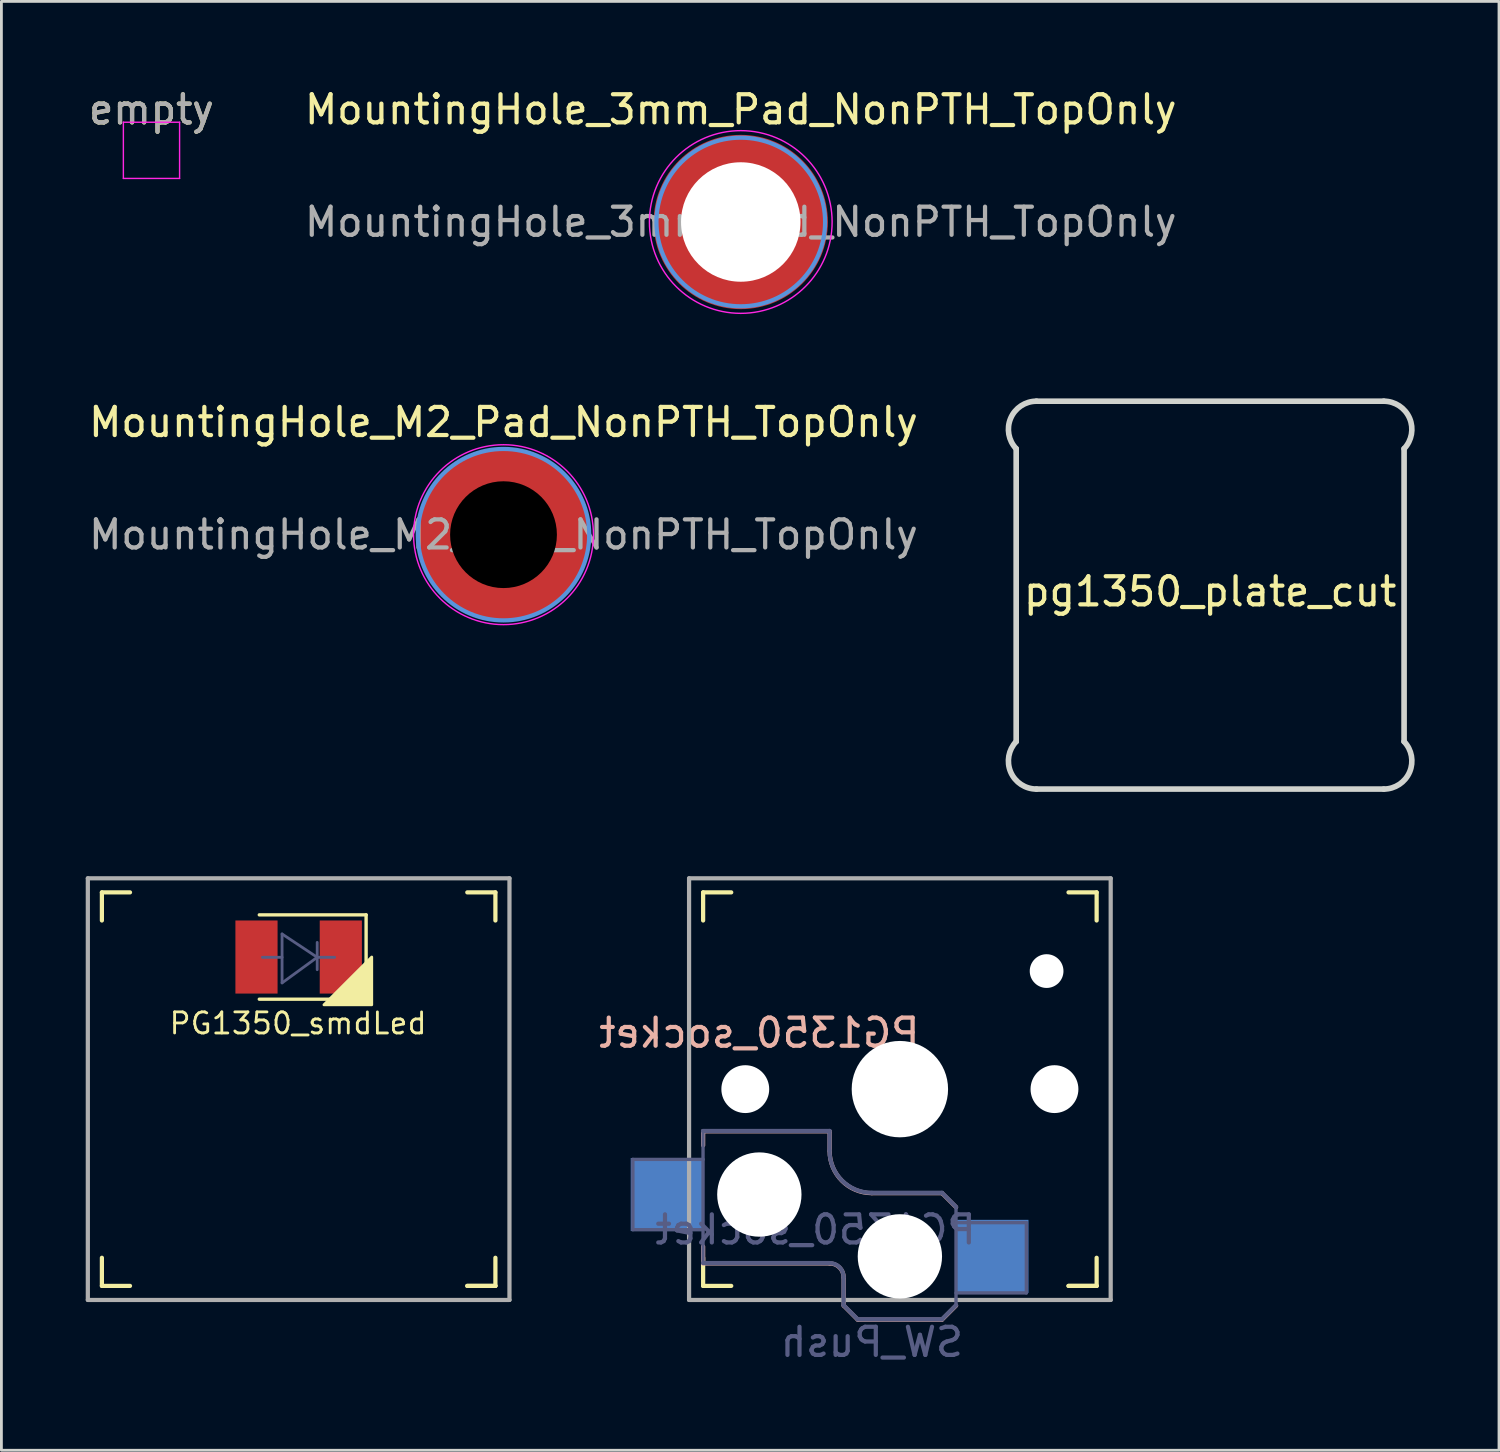
<source format=kicad_pcb>
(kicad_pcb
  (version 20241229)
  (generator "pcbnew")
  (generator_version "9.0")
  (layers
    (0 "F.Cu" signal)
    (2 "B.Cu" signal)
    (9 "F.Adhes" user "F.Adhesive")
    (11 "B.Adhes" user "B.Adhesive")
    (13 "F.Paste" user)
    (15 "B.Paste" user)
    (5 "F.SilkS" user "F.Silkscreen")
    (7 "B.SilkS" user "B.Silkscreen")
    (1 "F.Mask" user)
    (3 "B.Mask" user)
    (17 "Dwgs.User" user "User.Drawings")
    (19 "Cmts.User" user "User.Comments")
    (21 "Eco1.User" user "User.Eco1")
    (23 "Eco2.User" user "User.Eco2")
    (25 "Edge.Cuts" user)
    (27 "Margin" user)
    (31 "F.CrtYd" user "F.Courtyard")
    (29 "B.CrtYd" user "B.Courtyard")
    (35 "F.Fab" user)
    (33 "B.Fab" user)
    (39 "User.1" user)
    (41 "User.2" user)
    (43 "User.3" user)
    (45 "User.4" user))
  (footprint "MountingHole_M2_Pad_NonPTH_TopOnly"
    (layer "F.Cu")
    (at 14.863 15.972)
    (property "Reference" "MountingHole_M2_Pad_NonPTH_TopOnly" (at 0 -4 0) (layer "F.SilkS") (effects (font (size 1 1) (thickness 0.15))))
    (attr smd)
    (fp_circle (center -2.47 0) (end -1.97 0) (stroke (width 0.12) (type solid)) (fill yes) (layer "F.Paste"))
    (fp_circle (center -2.139 -1.235) (end -1.639 -1.235) (stroke (width 0.12) (type solid)) (fill yes) (layer "F.Paste"))
    (fp_circle (center -2.139 1.235) (end -1.639 1.235) (stroke (width 0.12) (type solid)) (fill yes) (layer "F.Paste"))
    (fp_circle (center -1.235 -2.139) (end -0.735 -2.139) (stroke (width 0.12) (type solid)) (fill yes) (layer "F.Paste"))
    (fp_circle (center -1.235 2.139) (end -0.735 2.139) (stroke (width 0.12) (type solid)) (fill yes) (layer "F.Paste"))
    (fp_circle (center 0 -2.47) (end 0.5 -2.47) (stroke (width 0.12) (type solid)) (fill yes) (layer "F.Paste"))
    (fp_circle (center 0 2.47) (end 0.5 2.47) (stroke (width 0.12) (type solid)) (fill yes) (layer "F.Paste"))
    (fp_circle (center 1.235 -2.139) (end 1.735 -2.139) (stroke (width 0.12) (type solid)) (fill yes) (layer "F.Paste"))
    (fp_circle (center 1.235 2.139) (end 1.735 2.139) (stroke (width 0.12) (type solid)) (fill yes) (layer "F.Paste"))
    (fp_circle (center 2.139 -1.235) (end 2.639 -1.235) (stroke (width 0.12) (type solid)) (fill yes) (layer "F.Paste"))
    (fp_circle (center 2.139 1.235) (end 2.639 1.235) (stroke (width 0.12) (type solid)) (fill yes) (layer "F.Paste"))
    (fp_circle (center 2.47 0) (end 2.97 0) (stroke (width 0.12) (type solid)) (fill yes) (layer "F.Paste"))
    (fp_circle (center 0 0) (end 3.05 0) (stroke (width 0.15) (type solid)) (fill no) (layer "Cmts.User"))
    (fp_circle (center 0 0) (end 3.2 0) (stroke (width 0.05) (type solid)) (fill no) (layer "F.CrtYd"))
    (fp_text user "${REFERENCE}" (at 0 0 0) (layer "F.Fab") (effects (font (size 1 1) (thickness 0.15))))
    (pad "" np_thru_hole circle (at 0 0) (size 3.8 3.8) (drill 3.8) (layers "*.Mask"))
    (pad "1" smd circle (at 0 0) (size 6.1 6.1) (layers "F.Cu" "F.Mask")))
  (footprint "empty"
    (layer "F.Cu")
    (at 2.339 2.298)
    (property "Reference" "empty" (at 0 -1.448 0) (layer "F.SilkS") (effects (font (size 1 1) (thickness 0.15))))
    (attr exclude_from_pos_files exclude_from_bom)
    (fp_line (start -1 -1) (end -1 1) (stroke (width 0.05) (type solid)) (layer "F.CrtYd"))
    (fp_line (start -1 -1) (end 1 -1) (stroke (width 0.05) (type solid)) (layer "F.CrtYd"))
    (fp_line (start 1 1) (end -1 1) (stroke (width 0.05) (type solid)) (layer "F.CrtYd"))
    (fp_line (start 1 1) (end 1 -1) (stroke (width 0.05) (type solid)) (layer "F.CrtYd"))
    (fp_text user "${REFERENCE}" (at 0 -1.45 0) (layer "F.Fab") (effects (font (size 1 1) (thickness 0.15))))
    (pad "1" smd rect (at 0 0) (size 0.000001 0.000001) (layers "F.Cu")))
  (footprint "PG1350_smdLed"
    (layer "F.Cu")
    (at 7.575 35.698)
    (property "Reference" "PG1350_smdLed" (at -0.02 -2.34 0) (layer "F.SilkS") (effects (font (size 0.75 0.75) (thickness 0.1))))
    (attr smd)
    (fp_line (start -7 -6) (end -7 -7) (stroke (width 0.15) (type solid)) (layer "F.SilkS"))
    (fp_line (start -7 7) (end -7 6) (stroke (width 0.15) (type solid)) (layer "F.SilkS"))
    (fp_line (start -7 7) (end -6 7) (stroke (width 0.15) (type solid)) (layer "F.SilkS"))
    (fp_line (start -6 -7) (end -7 -7) (stroke (width 0.15) (type solid)) (layer "F.SilkS"))
    (fp_line (start -1.4 -6.2) (end 2.4 -6.2) (stroke (width 0.12) (type solid)) (layer "F.SilkS"))
    (fp_line (start 2.4 -6.2) (end 2.4 -3.2) (stroke (width 0.12) (type solid)) (layer "F.SilkS"))
    (fp_line (start 2.4 -3.2) (end -1.4 -3.2) (stroke (width 0.12) (type solid)) (layer "F.SilkS"))
    (fp_line (start 6 7) (end 7 7) (stroke (width 0.15) (type solid)) (layer "F.SilkS"))
    (fp_line (start 7 -7) (end 6 -7) (stroke (width 0.15) (type solid)) (layer "F.SilkS"))
    (fp_line (start 7 -7) (end 7 -6) (stroke (width 0.15) (type solid)) (layer "F.SilkS"))
    (fp_line (start 7 6) (end 7 7) (stroke (width 0.15) (type solid)) (layer "F.SilkS"))
    (fp_line (start 7 7) (end 6 7) (stroke (width 0.15) (type solid)) (layer "F.SilkS"))
    (fp_poly (pts (xy 2.6 -3) (xy 0.9 -3) (xy 2.6 -4.7)) (stroke (width 0.1) (type solid)) (fill yes) (layer "F.SilkS"))
    (fp_circle (center 0 0) (end 1.6 0) (stroke (width 0.12) (type solid)) (fill no) (layer "Eco1.User"))
    (fp_line (start -2.6 -3.1) (end -2.6 -6.3) (stroke (width 0.15) (type solid)) (layer "Eco2.User"))
    (fp_line (start -2.6 -3.1) (end 2.6 -3.1) (stroke (width 0.15) (type solid)) (layer "Eco2.User"))
    (fp_line (start 2.6 -6.3) (end -2.6 -6.3) (stroke (width 0.15) (type solid)) (layer "Eco2.User"))
    (fp_line (start 2.6 -3.1) (end 2.6 -6.3) (stroke (width 0.15) (type solid)) (layer "Eco2.User"))
    (fp_line (start -0.59 -5.52) (end -0.59 -3.78) (stroke (width 0.1) (type solid)) (layer "B.Fab"))
    (fp_line (start -0.59 -4.69) (end -1.29 -4.69) (stroke (width 0.1) (type solid)) (layer "B.Fab"))
    (fp_line (start -0.59 -3.78) (end 0.66 -4.69) (stroke (width 0.1) (type solid)) (layer "B.Fab"))
    (fp_line (start 0.66 -5.22) (end 0.66 -4.25) (stroke (width 0.1) (type solid)) (layer "B.Fab"))
    (fp_line (start 0.66 -4.69) (end -0.59 -5.52) (stroke (width 0.1) (type solid)) (layer "B.Fab"))
    (fp_line (start 0.66 -4.69) (end 1.28 -4.69) (stroke (width 0.1) (type solid)) (layer "B.Fab"))
    (fp_line (start -7.5 -7.5) (end 7.5 -7.5) (stroke (width 0.15) (type solid)) (layer "F.Fab"))
    (fp_line (start -7.5 7.5) (end -7.5 -7.5) (stroke (width 0.15) (type solid)) (layer "F.Fab"))
    (fp_line (start 7.5 -7.5) (end 7.5 7.5) (stroke (width 0.15) (type solid)) (layer "F.Fab"))
    (fp_line (start 7.5 7.5) (end -7.5 7.5) (stroke (width 0.15) (type solid)) (layer "F.Fab"))
    (pad "1" smd rect (at 1.5 -4.7) (size 1.5 2.6) (layers "F.Cu" "F.Mask" "F.Paste"))
    (pad "2" smd rect (at -1.5 -4.7 180) (size 1.5 2.6) (layers "F.Cu" "F.Mask" "F.Paste")))
  (footprint "MountingHole_3mm_Pad_NonPTH_TopOnly"
    (layer "F.Cu")
    (at 23.304 4.848)
    (property "Reference" "MountingHole_3mm_Pad_NonPTH_TopOnly" (at 0 -4 0) (layer "F.SilkS") (effects (font (size 1 1) (thickness 0.15))))
    (attr exclude_from_pos_files exclude_from_bom)
    (fp_circle (center 0 0) (end 3 0) (stroke (width 0.15) (type solid)) (fill no) (layer "Cmts.User"))
    (fp_circle (center 0 0) (end 3.25 0) (stroke (width 0.05) (type solid)) (fill no) (layer "F.CrtYd"))
    (fp_text user "${REFERENCE}" (at 0 0 0) (layer "F.Fab") (effects (font (size 1 1) (thickness 0.15))))
    (pad "" np_thru_hole circle (at 0 0) (size 4.25 4.25) (drill 4.25) (layers "*.Cu" "*.Mask"))
    (pad "1" connect circle (at 0 0) (size 6.2 6.2) (layers "F.Cu" "F.Mask")))
  (footprint "pg1350_plate_cut"
    (layer "F.Cu")
    (at 40.003 18.123)
    (property "Reference" "pg1350_plate_cut" (at 0 -0.127 0) (layer "F.SilkS") (effects (font (size 1 1) (thickness 0.15))))
    (attr through_hole)
    (fp_line (start -6.9 -5.209) (end -6.9 5.209) (stroke (width 0.2) (type solid)) (layer "Edge.Cuts"))
    (fp_line (start -6.177 6.9) (end 6.177 6.9) (stroke (width 0.2) (type solid)) (layer "Edge.Cuts"))
    (fp_line (start 6.177 -6.9) (end -6.177 -6.9) (stroke (width 0.2) (type solid)) (layer "Edge.Cuts"))
    (fp_line (start 6.9 5.209) (end 6.9 -5.209) (stroke (width 0.2) (type solid)) (layer "Edge.Cuts"))
    (fp_arc (start -6.900001 -5.209286) (mid -7.096306 -6.293247) (end -6.176873 -6.9) (stroke (width 0.2) (type solid)) (layer "Edge.Cuts"))
    (fp_arc (start -6.176873 6.9) (mid -7.096306 6.293247) (end -6.900001 5.209286) (stroke (width 0.2) (type solid)) (layer "Edge.Cuts"))
    (fp_arc (start 6.176873 -6.9) (mid 7.096305 -6.293246) (end 6.899999 -5.209285) (stroke (width 0.2) (type solid)) (layer "Edge.Cuts"))
    (fp_arc (start 6.9 5.209286) (mid 7.096306 6.293247) (end 6.176872 6.9) (stroke (width 0.2) (type solid)) (layer "Edge.Cuts")))
  (footprint "PG1350_socket"
    (layer "F.Cu")
    (at 28.965 35.698)
    (property "Reference" "PG1350_socket" (at -5 -2 0) (layer "B.SilkS") (effects (font (size 1 1) (thickness 0.15)) (justify mirror)))
    (property "Value" "SW_Push" (at 0 8.255 0) (layer "F.Fab") (hide yes) (effects (font (size 1 1) (thickness 0.15))))
    (attr smd)
    (fp_line (start -7 -6) (end -7 -7) (stroke (width 0.15) (type solid)) (layer "F.SilkS"))
    (fp_line (start -7 7) (end -7 6) (stroke (width 0.15) (type solid)) (layer "F.SilkS"))
    (fp_line (start -7 7) (end -6 7) (stroke (width 0.15) (type solid)) (layer "F.SilkS"))
    (fp_line (start -6 -7) (end -7 -7) (stroke (width 0.15) (type solid)) (layer "F.SilkS"))
    (fp_line (start 6 7) (end 7 7) (stroke (width 0.15) (type solid)) (layer "F.SilkS"))
    (fp_line (start 7 -7) (end 6 -7) (stroke (width 0.15) (type solid)) (layer "F.SilkS"))
    (fp_line (start 7 -7) (end 7 -6) (stroke (width 0.15) (type solid)) (layer "F.SilkS"))
    (fp_line (start 7 6) (end 7 7) (stroke (width 0.15) (type solid)) (layer "F.SilkS"))
    (fp_line (start 7 7) (end 6 7) (stroke (width 0.15) (type solid)) (layer "F.SilkS"))
    (fp_line (start -7 1.5) (end -7 2) (stroke (width 0.15) (type solid)) (layer "B.SilkS"))
    (fp_line (start -7 5.6) (end -7 6.2) (stroke (width 0.15) (type solid)) (layer "B.SilkS"))
    (fp_line (start -7 6.2) (end -2.5 6.2) (stroke (width 0.15) (type solid)) (layer "B.SilkS"))
    (fp_line (start -2.5 1.5) (end -7 1.5) (stroke (width 0.15) (type solid)) (layer "B.SilkS"))
    (fp_line (start -2.5 2.2) (end -2.5 1.5) (stroke (width 0.15) (type solid)) (layer "B.SilkS"))
    (fp_line (start -2 6.7) (end -2 7.7) (stroke (width 0.15) (type solid)) (layer "B.SilkS"))
    (fp_line (start -1.5 8.2) (end -2 7.7) (stroke (width 0.15) (type solid)) (layer "B.SilkS"))
    (fp_line (start 1.5 3.7) (end -1 3.7) (stroke (width 0.15) (type solid)) (layer "B.SilkS"))
    (fp_line (start 1.5 8.2) (end -1.5 8.2) (stroke (width 0.15) (type solid)) (layer "B.SilkS"))
    (fp_line (start 2 4.2) (end 1.5 3.7) (stroke (width 0.15) (type solid)) (layer "B.SilkS"))
    (fp_line (start 2 7.7) (end 1.5 8.2) (stroke (width 0.15) (type solid)) (layer "B.SilkS"))
    (fp_arc (start -2.5 6.2) (mid -2.146447 6.346447) (end -2 6.7) (stroke (width 0.15) (type solid)) (layer "B.SilkS"))
    (fp_arc (start -1 3.7) (mid -2.06066 3.26066) (end -2.5 2.2) (stroke (width 0.15) (type solid)) (layer "B.SilkS"))
    (fp_line (start -9.29 2.47) (end -9.28 5.09) (stroke (width 0.12) (type solid)) (layer "Eco1.User"))
    (fp_line (start -9.29 2.47) (end -7 2.47) (stroke (width 0.12) (type solid)) (layer "Eco1.User"))
    (fp_line (start -9.285 5.1) (end -6.995 5.1) (stroke (width 0.12) (type solid)) (layer "Eco1.User"))
    (fp_line (start -7 1.5) (end -7 2.47) (stroke (width 0.12) (type solid)) (layer "Eco1.User"))
    (fp_line (start -7 6.2) (end -2.5 6.2) (stroke (width 0.15) (type solid)) (layer "Eco1.User"))
    (fp_line (start -6.995 5.1) (end -7 6.2) (stroke (width 0.12) (type solid)) (layer "Eco1.User"))
    (fp_line (start -2.5 1.5) (end -7 1.5) (stroke (width 0.15) (type solid)) (layer "Eco1.User"))
    (fp_line (start -2.5 2.2) (end -2.5 1.5) (stroke (width 0.15) (type solid)) (layer "Eco1.User"))
    (fp_line (start -2 6.7) (end -2 7.7) (stroke (width 0.15) (type solid)) (layer "Eco1.User"))
    (fp_line (start -1.5 8.2) (end -2 7.7) (stroke (width 0.15) (type solid)) (layer "Eco1.User"))
    (fp_line (start 1.5 3.7) (end -1 3.7) (stroke (width 0.15) (type solid)) (layer "Eco1.User"))
    (fp_line (start 1.5 8.2) (end -1.5 8.2) (stroke (width 0.15) (type solid)) (layer "Eco1.User"))
    (fp_line (start 2 4.2) (end 1.5 3.7) (stroke (width 0.15) (type solid)) (layer "Eco1.User"))
    (fp_line (start 2 4.25) (end 2.005 4.66) (stroke (width 0.12) (type solid)) (layer "Eco1.User"))
    (fp_line (start 2 7.3) (end 2 7.7) (stroke (width 0.12) (type solid)) (layer "Eco1.User"))
    (fp_line (start 2 7.7) (end 1.5 8.2) (stroke (width 0.15) (type solid)) (layer "Eco1.User"))
    (fp_line (start 4.29 7.3) (end 1.99 7.3) (stroke (width 0.12) (type solid)) (layer "Eco1.User"))
    (fp_line (start 4.29 7.3) (end 4.29 4.64) (stroke (width 0.12) (type solid)) (layer "Eco1.User"))
    (fp_line (start 4.295 4.63) (end 2.005 4.63) (stroke (width 0.12) (type solid)) (layer "Eco1.User"))
    (fp_arc (start -2.5 6.2) (mid -2.146447 6.346447) (end -2 6.7) (stroke (width 0.15) (type solid)) (layer "Eco1.User"))
    (fp_arc (start -1 3.7) (mid -2.06066 3.26066) (end -2.5 2.2) (stroke (width 0.15) (type solid)) (layer "Eco1.User"))
    (fp_circle (center 0 0) (end 1.6 0) (stroke (width 0.12) (type solid)) (fill no) (layer "Eco1.User"))
    (fp_line (start -6.9 6.9) (end -6.9 -6.9) (stroke (width 0.15) (type solid)) (layer "Eco2.User"))
    (fp_line (start -6.9 6.9) (end 6.9 6.9) (stroke (width 0.15) (type solid)) (layer "Eco2.User"))
    (fp_line (start 6.9 -6.9) (end -6.9 -6.9) (stroke (width 0.15) (type solid)) (layer "Eco2.User"))
    (fp_line (start 6.9 -6.9) (end 6.9 6.9) (stroke (width 0.15) (type solid)) (layer "Eco2.User"))
    (fp_line (start -9.5 2.5) (end -7 2.5) (stroke (width 0.12) (type solid)) (layer "B.Fab"))
    (fp_line (start -9.5 5) (end -9.5 2.5) (stroke (width 0.12) (type solid)) (layer "B.Fab"))
    (fp_line (start -7.003 1.488) (end -7.003 6.188) (stroke (width 0.12) (type solid)) (layer "B.Fab"))
    (fp_line (start -7.003 6.188) (end -2.503 6.188) (stroke (width 0.15) (type solid)) (layer "B.Fab"))
    (fp_line (start -7 5) (end -9.5 5) (stroke (width 0.12) (type solid)) (layer "B.Fab"))
    (fp_line (start -2.503 1.488) (end -7.003 1.488) (stroke (width 0.15) (type solid)) (layer "B.Fab"))
    (fp_line (start -2.503 2.188) (end -2.503 1.488) (stroke (width 0.15) (type solid)) (layer "B.Fab"))
    (fp_line (start -2.003 6.688) (end -2.003 7.688) (stroke (width 0.15) (type solid)) (layer "B.Fab"))
    (fp_line (start -1.503 8.188) (end -2.003 7.688) (stroke (width 0.15) (type solid)) (layer "B.Fab"))
    (fp_line (start 1.497 3.688) (end -1.003 3.688) (stroke (width 0.15) (type solid)) (layer "B.Fab"))
    (fp_line (start 1.497 8.188) (end -1.503 8.188) (stroke (width 0.15) (type solid)) (layer "B.Fab"))
    (fp_line (start 1.997 4.188) (end 1.497 3.688) (stroke (width 0.15) (type solid)) (layer "B.Fab"))
    (fp_line (start 1.997 4.238) (end 1.997 7.688) (stroke (width 0.12) (type solid)) (layer "B.Fab"))
    (fp_line (start 1.997 7.688) (end 1.497 8.188) (stroke (width 0.15) (type solid)) (layer "B.Fab"))
    (fp_line (start 2 4.75) (end 4.5 4.75) (stroke (width 0.12) (type solid)) (layer "B.Fab"))
    (fp_line (start 4.5 4.75) (end 4.5 7.25) (stroke (width 0.12) (type solid)) (layer "B.Fab"))
    (fp_line (start 4.5 7.25) (end 2 7.25) (stroke (width 0.12) (type solid)) (layer "B.Fab"))
    (fp_arc (start -2.503153 6.187951) (mid -2.1496 6.334398) (end -2.003153 6.687951) (stroke (width 0.15) (type solid)) (layer "B.Fab"))
    (fp_arc (start -1.003153 3.687951) (mid -2.063813 3.248611) (end -2.503153 2.187951) (stroke (width 0.15) (type solid)) (layer "B.Fab"))
    (fp_line (start -7.5 -7.5) (end 7.5 -7.5) (stroke (width 0.15) (type solid)) (layer "F.Fab"))
    (fp_line (start -7.5 7.5) (end -7.5 -7.5) (stroke (width 0.15) (type solid)) (layer "F.Fab"))
    (fp_line (start 7.5 -7.5) (end 7.5 7.5) (stroke (width 0.15) (type solid)) (layer "F.Fab"))
    (fp_line (start 7.5 7.5) (end -7.5 7.5) (stroke (width 0.15) (type solid)) (layer "F.Fab"))
    (fp_text user "${VALUE}" (at -1 9 0) (layer "B.Fab") (effects (font (size 1 1) (thickness 0.15)) (justify mirror)))
    (fp_text user "${REFERENCE}" (at -3 5 0) (layer "B.Fab") (effects (font (size 1 1) (thickness 0.15)) (justify mirror)))
    (pad "" np_thru_hole circle (at -5.5 0) (size 1.702 1.702) (drill 1.702) (layers "*.Cu" "*.Mask"))
    (pad "" np_thru_hole circle (at -5 3.75) (size 3 3) (drill 3) (layers "*.Cu" "*.Mask"))
    (pad "" np_thru_hole circle (at 0 0) (size 3.429 3.429) (drill 3.429) (layers "*.Cu" "*.Mask"))
    (pad "" np_thru_hole circle (at 0 5.95) (size 3 3) (drill 3) (layers "*.Cu" "*.Mask"))
    (pad "" np_thru_hole circle (at 5.22 -4.2) (size 1.2 1.2) (drill 1.2) (layers "*.Cu" "*.Mask"))
    (pad "" np_thru_hole circle (at 5.5 0) (size 1.702 1.702) (drill 1.702) (layers "*.Cu" "*.Mask"))
    (pad "1" smd rect (at 3.275 5.95) (size 2.6 2.6) (layers "B.Cu" "B.Mask" "B.Paste"))
    (pad "2" smd rect (at -8.275 3.75) (size 2.6 2.6) (layers "B.Cu" "B.Mask" "B.Paste")))
  (gr_rect
    (start -3 -3)
    (end 50.28 48.547)
    (stroke (width 0.1) (type default))
    (fill no)
    (layer "Edge.Cuts")))
</source>
